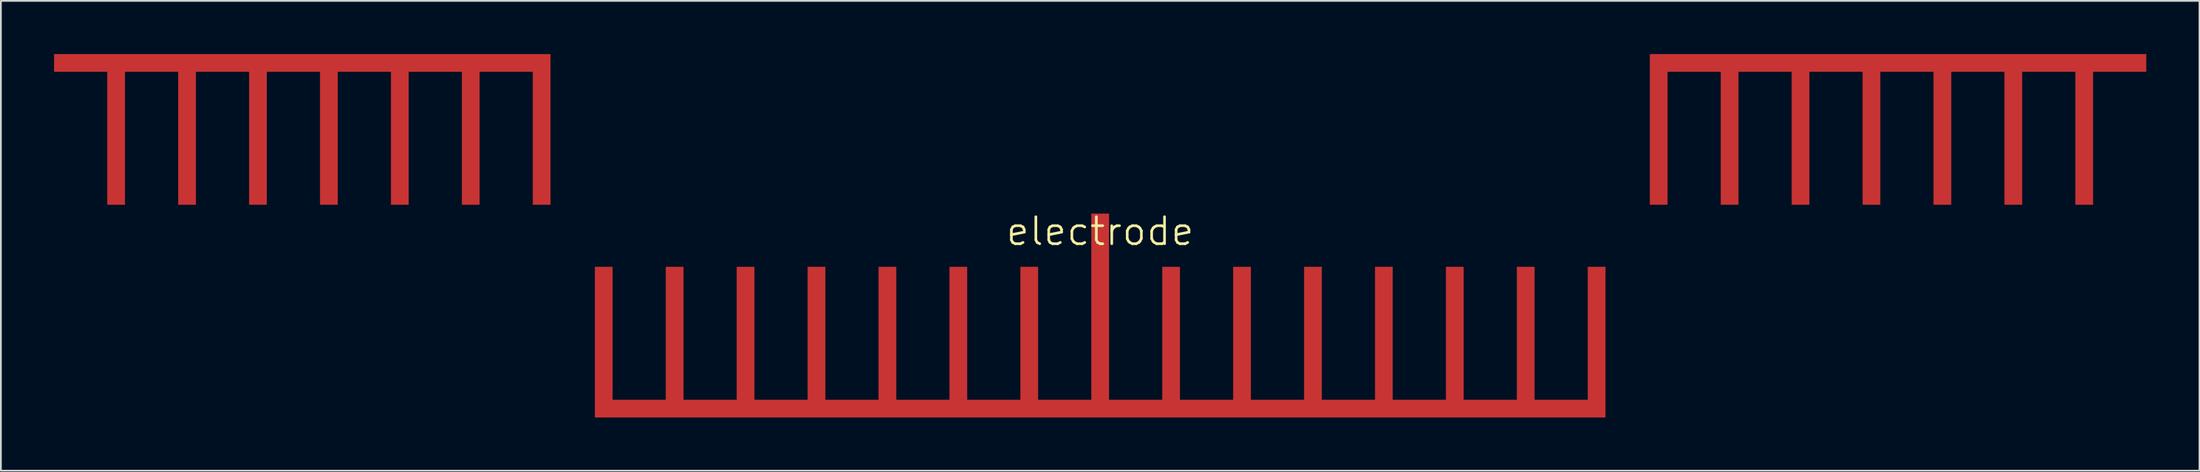
<source format=kicad_pcb>
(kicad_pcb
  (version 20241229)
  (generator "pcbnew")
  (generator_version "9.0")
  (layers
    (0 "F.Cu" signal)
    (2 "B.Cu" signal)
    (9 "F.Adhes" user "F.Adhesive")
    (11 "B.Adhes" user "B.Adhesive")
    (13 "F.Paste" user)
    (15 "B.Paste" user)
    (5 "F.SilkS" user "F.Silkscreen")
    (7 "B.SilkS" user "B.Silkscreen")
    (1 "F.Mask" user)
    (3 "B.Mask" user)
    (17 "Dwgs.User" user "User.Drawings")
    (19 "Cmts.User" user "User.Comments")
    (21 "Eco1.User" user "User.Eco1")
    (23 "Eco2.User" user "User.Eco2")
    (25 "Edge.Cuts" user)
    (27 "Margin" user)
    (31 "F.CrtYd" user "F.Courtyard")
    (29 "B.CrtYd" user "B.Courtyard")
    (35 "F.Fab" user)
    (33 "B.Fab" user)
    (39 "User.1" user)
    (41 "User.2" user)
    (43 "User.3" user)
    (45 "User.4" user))
  (footprint "electrode"
    (layer "F.Cu")
    (at 59 10)
    (property "Reference" "electrode" (at 0 0 0) (layer "F.SilkS") (effects (font (size 1.524 1.524) (thickness 0.15))))
    (attr through_hole)
    (pad "0" smd custom (at 0 5.25) (size 0.001 0.001) (layers "F.Cu" "F.Mask" "F.Paste") (options (anchor circle)) (primitives (gr_poly (pts (xy -0.5 -6.25) (xy 0.5 -6.25) (xy 0.5 4.25) (xy 3.5 4.25) (xy 3.5 -3.25) (xy 4.5 -3.25) (xy 4.5 4.25) (xy 7.5 4.25) (xy 7.5 -3.25) (xy 8.5 -3.25) (xy 8.5 4.25) (xy 11.5 4.25) (xy 11.5 -3.25) (xy 12.5 -3.25) (xy 12.5 4.25) (xy 15.5 4.25) (xy 15.5 -3.25) (xy 16.5 -3.25) (xy 16.5 4.25) (xy 19.5 4.25) (xy 19.5 -3.25) (xy 20.5 -3.25) (xy 20.5 4.25) (xy 23.5 4.25) (xy 23.5 -3.25) (xy 24.5 -3.25) (xy 24.5 4.25) (xy 27.5 4.25) (xy 27.5 -3.25) (xy 28.5 -3.25) (xy 28.5 5.25) (xy 0.5 5.25) (xy -0.5 5.25) (xy -28.5 5.25) (xy -28.5 -3.25) (xy -27.5 -3.25) (xy -27.5 4.25) (xy -24.5 4.25) (xy -24.5 -3.25) (xy -23.5 -3.25) (xy -23.5 4.25) (xy -20.5 4.25) (xy -20.5 -3.25) (xy -19.5 -3.25) (xy -19.5 4.25) (xy -16.5 4.25) (xy -16.5 -3.25) (xy -15.5 -3.25) (xy -15.5 4.25) (xy -12.5 4.25) (xy -12.5 -3.25) (xy -11.5 -3.25) (xy -11.5 4.25) (xy -8.5 4.25) (xy -8.5 -3.25) (xy -7.5 -3.25) (xy -7.5 4.25) (xy -4.5 4.25) (xy -4.5 -3.25) (xy -3.5 -3.25) (xy -3.5 4.25) (xy -0.5 4.25) (xy -0.5 -6.25) (xy 0.5 -6.25)) (width 0) (fill yes))))
    (pad "1" smd custom (at 29.5 -4.75) (size 0.001 0.001) (layers "F.Cu" "F.Mask" "F.Paste") (options (anchor circle)) (primitives (gr_poly (pts (xy 1.5 -5.25) (xy 1.5 3.25) (xy 2.5 3.25) (xy 2.5 -4.25) (xy 5.5 -4.25) (xy 5.5 3.25) (xy 6.5 3.25) (xy 6.5 -4.25) (xy 9.5 -4.25) (xy 9.5 3.25) (xy 10.5 3.25) (xy 10.5 -4.25) (xy 13.5 -4.25) (xy 13.5 3.25) (xy 14.5 3.25) (xy 14.5 -4.25) (xy 17.5 -4.25) (xy 17.5 3.25) (xy 18.5 3.25) (xy 18.5 -4.25) (xy 21.5 -4.25) (xy 21.5 3.25) (xy 22.5 3.25) (xy 22.5 -4.25) (xy 25.5 -4.25) (xy 25.5 3.25) (xy 26.5 3.25) (xy 26.5 -4.25) (xy 29.5 -4.25) (xy 29.5 -5.25) (xy 1.5 -5.25)) (width 0) (fill yes))))
    (pad "2" smd custom (at -29.5 -4.75) (size 0.001 0.001) (layers "F.Cu" "F.Mask" "F.Paste") (options (anchor circle)) (primitives (gr_poly (pts (xy -1.5 -5.25) (xy -1.5 3.25) (xy -2.5 3.25) (xy -2.5 -4.25) (xy -5.5 -4.25) (xy -5.5 3.25) (xy -6.5 3.25) (xy -6.5 -4.25) (xy -9.5 -4.25) (xy -9.5 3.25) (xy -10.5 3.25) (xy -10.5 -4.25) (xy -13.5 -4.25) (xy -13.5 3.25) (xy -14.5 3.25) (xy -14.5 -4.25) (xy -17.5 -4.25) (xy -17.5 3.25) (xy -18.5 3.25) (xy -18.5 -4.25) (xy -21.5 -4.25) (xy -21.5 3.25) (xy -22.5 3.25) (xy -22.5 -4.25) (xy -25.5 -4.25) (xy -25.5 3.25) (xy -26.5 3.25) (xy -26.5 -4.25) (xy -29.5 -4.25) (xy -29.5 -5.25) (xy -1.5 -5.25)) (width 0) (fill yes)))))
  (gr_rect
    (start -3 -3)
    (end 121 23.5)
    (stroke (width 0.1) (type default))
    (fill no)
    (layer "Edge.Cuts")))
</source>
